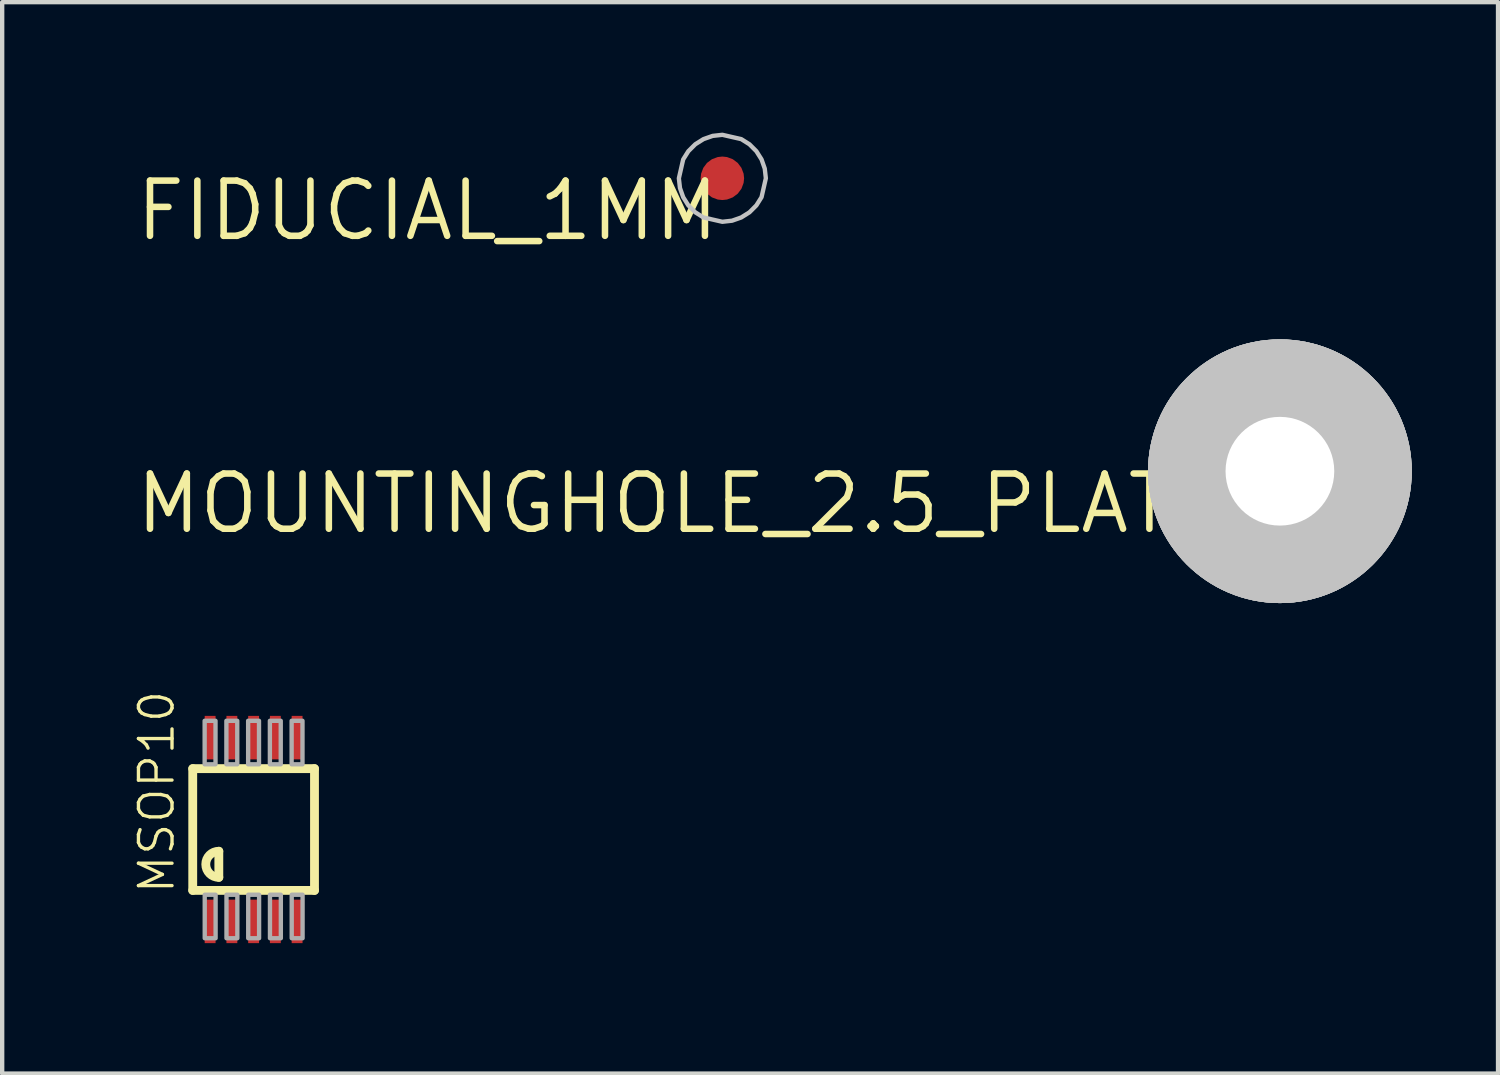
<source format=kicad_pcb>
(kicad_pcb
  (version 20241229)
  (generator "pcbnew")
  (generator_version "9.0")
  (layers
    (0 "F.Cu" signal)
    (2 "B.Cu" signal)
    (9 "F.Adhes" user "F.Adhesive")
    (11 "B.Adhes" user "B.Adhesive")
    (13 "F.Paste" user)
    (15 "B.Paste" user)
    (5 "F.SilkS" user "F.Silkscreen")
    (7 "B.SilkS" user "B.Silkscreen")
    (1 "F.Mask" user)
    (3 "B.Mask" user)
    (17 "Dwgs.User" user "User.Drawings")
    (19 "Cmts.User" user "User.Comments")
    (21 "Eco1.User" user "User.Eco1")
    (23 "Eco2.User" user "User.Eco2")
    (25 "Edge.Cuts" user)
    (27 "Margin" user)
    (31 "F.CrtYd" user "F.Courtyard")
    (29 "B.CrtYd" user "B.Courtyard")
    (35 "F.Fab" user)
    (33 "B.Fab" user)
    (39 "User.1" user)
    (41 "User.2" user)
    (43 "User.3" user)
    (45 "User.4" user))
  (footprint "MSOP10"
    (layer "F.Cu")
    (at 2.782 16.025)
    (property "Reference" "MSOP10" (at -1.778 1.524 90) (layer "F.SilkS") (effects (font (size 0.772 0.772) (thickness 0.077)) (justify left bottom)))
    (attr through_hole)
    (fp_line (start -1.4 -1.4) (end 1.4 -1.4) (stroke (width 0.203) (type solid)) (layer "F.SilkS"))
    (fp_line (start -1.4 1.4) (end -1.4 -1.4) (stroke (width 0.203) (type solid)) (layer "F.SilkS"))
    (fp_line (start -0.8 0.5) (end -0.8 1.1) (stroke (width 0.203) (type solid)) (layer "F.SilkS"))
    (fp_line (start 1.4 -1.4) (end 1.4 1.4) (stroke (width 0.203) (type solid)) (layer "F.SilkS"))
    (fp_line (start 1.4 1.4) (end -1.4 1.4) (stroke (width 0.203) (type solid)) (layer "F.SilkS"))
    (fp_arc (start -0.8 1.1) (mid -1.1 0.8) (end -0.8 0.5) (stroke (width 0.2032) (type solid)) (layer "F.SilkS"))
    (fp_poly (pts (xy -1.124 2.5) (xy -0.874 2.5) (xy -0.874 1.5) (xy -1.124 1.5)) (stroke (width 0.1) (type solid)) (fill no) (layer "F.Fab"))
    (fp_poly (pts (xy -0.876 -2.5) (xy -1.126 -2.5) (xy -1.126 -1.5) (xy -0.876 -1.5)) (stroke (width 0.1) (type solid)) (fill no) (layer "F.Fab"))
    (fp_poly (pts (xy -0.624 2.5) (xy -0.374 2.5) (xy -0.374 1.5) (xy -0.624 1.5)) (stroke (width 0.1) (type solid)) (fill no) (layer "F.Fab"))
    (fp_poly (pts (xy -0.376 -2.5) (xy -0.626 -2.5) (xy -0.626 -1.5) (xy -0.376 -1.5)) (stroke (width 0.1) (type solid)) (fill no) (layer "F.Fab"))
    (fp_poly (pts (xy -0.124 2.5) (xy 0.126 2.5) (xy 0.126 1.5) (xy -0.124 1.5)) (stroke (width 0.1) (type solid)) (fill no) (layer "F.Fab"))
    (fp_poly (pts (xy 0.124 -2.5) (xy -0.126 -2.5) (xy -0.126 -1.5) (xy 0.124 -1.5)) (stroke (width 0.1) (type solid)) (fill no) (layer "F.Fab"))
    (fp_poly (pts (xy 0.376 2.5) (xy 0.626 2.5) (xy 0.626 1.5) (xy 0.376 1.5)) (stroke (width 0.1) (type solid)) (fill no) (layer "F.Fab"))
    (fp_poly (pts (xy 0.624 -2.5) (xy 0.374 -2.5) (xy 0.374 -1.5) (xy 0.624 -1.5)) (stroke (width 0.1) (type solid)) (fill no) (layer "F.Fab"))
    (fp_poly (pts (xy 0.876 2.5) (xy 1.126 2.5) (xy 1.126 1.5) (xy 0.876 1.5)) (stroke (width 0.1) (type solid)) (fill no) (layer "F.Fab"))
    (fp_poly (pts (xy 1.124 -2.5) (xy 0.874 -2.5) (xy 0.874 -1.5) (xy 1.124 -1.5)) (stroke (width 0.1) (type solid)) (fill no) (layer "F.Fab"))
    (pad "1" smd rect (at -1 2.113) (size 0.25 1) (layers "F.Cu" "F.Mask" "F.Paste"))
    (pad "2" smd rect (at -0.5 2.113) (size 0.25 1) (layers "F.Cu" "F.Mask" "F.Paste"))
    (pad "3" smd rect (at 0 2.113) (size 0.25 1) (layers "F.Cu" "F.Mask" "F.Paste"))
    (pad "4" smd rect (at 0.5 2.113) (size 0.25 1) (layers "F.Cu" "F.Mask" "F.Paste"))
    (pad "5" smd rect (at 1 2.113) (size 0.25 1) (layers "F.Cu" "F.Mask" "F.Paste"))
    (pad "6" smd rect (at 1 -2.113 180) (size 0.25 1) (layers "F.Cu" "F.Mask" "F.Paste"))
    (pad "7" smd rect (at 0.5 -2.113 180) (size 0.25 1) (layers "F.Cu" "F.Mask" "F.Paste"))
    (pad "8" smd rect (at 0 -2.113 180) (size 0.25 1) (layers "F.Cu" "F.Mask" "F.Paste"))
    (pad "9" smd rect (at -0.5 -2.113 180) (size 0.25 1) (layers "F.Cu" "F.Mask" "F.Paste"))
    (pad "10" smd rect (at -1 -2.113 180) (size 0.25 1) (layers "F.Cu" "F.Mask" "F.Paste")))
  (footprint "MOUNTINGHOLE_2.5_PLATED"
    (layer "F.Cu")
    (at 26.382 7.786)
    (property "Reference" "MOUNTINGHOLE_2.5_PLATED" (at 0 0 0) (layer "F.SilkS") (effects (font (size 1.27 1.27) (thickness 0.15)) (justify right top)))
    (attr through_hole)
    (fp_circle (center 0 0) (end 1.75 0) (stroke (width 0.152) (type solid)) (fill no) (layer "F.SilkS"))
    (fp_circle (center 0 0) (end 1 0) (stroke (width 2.032) (type solid)) (fill no) (layer "Dwgs.User"))
    (fp_circle (center 0 0) (end 1 0) (stroke (width 2.032) (type solid)) (fill no) (layer "Dwgs.User"))
    (fp_circle (center 0 0) (end 1 0) (stroke (width 2.032) (type solid)) (fill no) (layer "Dwgs.User"))
    (fp_circle (center 0 0) (end 1 0) (stroke (width 2.032) (type solid)) (fill no) (layer "Dwgs.User"))
    (pad "P$1" thru_hole circle (at 0 0) (size 3.2 3.2) (drill 2.5) (layers "*.Cu" "*.Mask")))
  (footprint "FIDUCIAL_1MM"
    (layer "F.Cu")
    (at 13.561 1.05)
    (property "Reference" "FIDUCIAL_1MM" (at 0 0 0) (layer "F.SilkS") (effects (font (size 1.27 1.27) (thickness 0.15)) (justify right top)))
    (attr through_hole)
    (fp_poly (pts (xy -1 0) (xy -0.975 0.223) (xy -0.901 0.434) (xy -0.782 0.623) (xy -0.623 0.782) (xy -0.434 0.901) (xy 0 1) (xy 0.223 0.975) (xy 0.434 0.901) (xy 0.623 0.782) (xy 0.782 0.623) (xy 0.901 0.434) (xy 1 0) (xy 0.975 -0.223) (xy 0.901 -0.434) (xy 0.782 -0.623) (xy 0.623 -0.782) (xy 0.434 -0.901) (xy 0 -1) (xy -0.223 -0.975) (xy -0.434 -0.901) (xy -0.623 -0.782) (xy -0.782 -0.623) (xy -0.901 -0.434)) (stroke (width 0) (type solid)) (fill yes) (layer "F.Mask"))
    (fp_poly (pts (xy -1 0) (xy -0.975 0.223) (xy -0.901 0.434) (xy -0.782 0.623) (xy -0.623 0.782) (xy -0.434 0.901) (xy 0 1) (xy 0.223 0.975) (xy 0.434 0.901) (xy 0.623 0.782) (xy 0.782 0.623) (xy 0.901 0.434) (xy 1 0) (xy 0.975 -0.223) (xy 0.901 -0.434) (xy 0.782 -0.623) (xy 0.623 -0.782) (xy 0.434 -0.901) (xy 0 -1) (xy -0.223 -0.975) (xy -0.434 -0.901) (xy -0.623 -0.782) (xy -0.782 -0.623) (xy -0.901 -0.434)) (stroke (width 0.1) (type solid)) (fill no) (layer "Dwgs.User"))
    (pad "1" smd roundrect (at 0 0) (size 1 1) (layers "F.Cu" "F.Mask") (roundrect_rratio 0.5)))
  (gr_rect
    (start -3 -3)
    (end 31.398 21.638)
    (stroke (width 0.1) (type default))
    (fill no)
    (layer "Edge.Cuts")))
</source>
